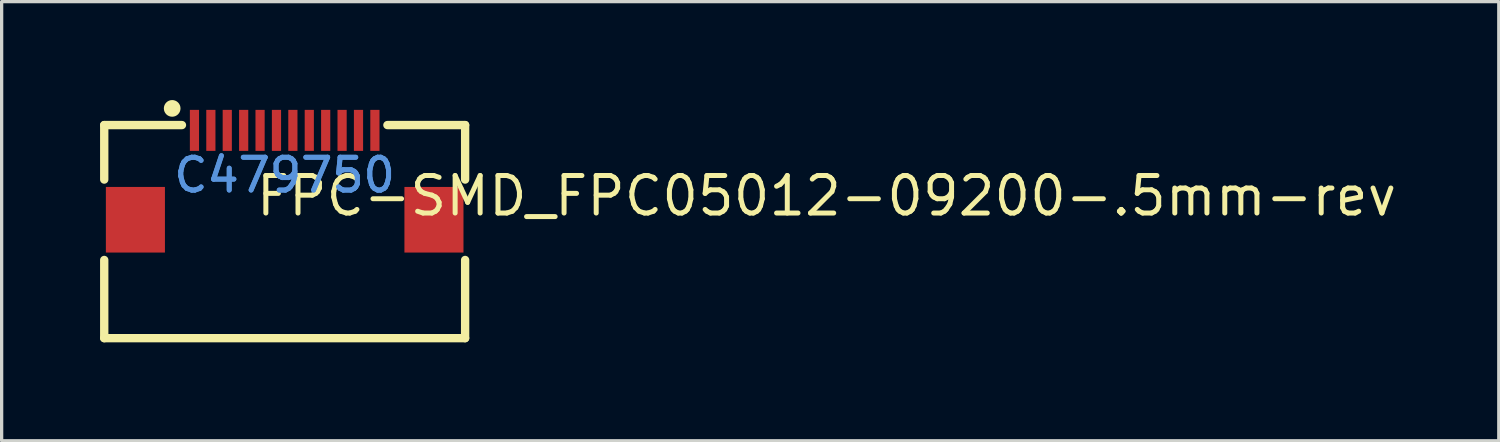
<source format=kicad_pcb>
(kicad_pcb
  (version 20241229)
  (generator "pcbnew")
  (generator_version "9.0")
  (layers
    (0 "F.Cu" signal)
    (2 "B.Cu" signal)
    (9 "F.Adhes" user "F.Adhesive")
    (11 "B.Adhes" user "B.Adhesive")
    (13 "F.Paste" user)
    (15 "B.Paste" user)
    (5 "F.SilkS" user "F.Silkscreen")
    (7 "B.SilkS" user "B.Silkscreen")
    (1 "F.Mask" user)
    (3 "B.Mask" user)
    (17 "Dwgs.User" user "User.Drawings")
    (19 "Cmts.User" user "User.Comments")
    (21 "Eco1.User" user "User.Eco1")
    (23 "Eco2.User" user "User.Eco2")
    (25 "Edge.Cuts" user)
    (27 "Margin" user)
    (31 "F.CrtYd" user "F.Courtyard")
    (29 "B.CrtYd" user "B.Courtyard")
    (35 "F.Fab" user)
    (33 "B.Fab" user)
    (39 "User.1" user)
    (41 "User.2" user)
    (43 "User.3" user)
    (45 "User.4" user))
  (footprint "FPC-SMD_FPC05012-09200-.5mm-rev"
    (layer "F.Cu")
    (at 5.627 2.286)
    (property "Reference" "FPC-SMD_FPC05012-09200-.5mm-rev" (at -0.946 0.636 0) (layer "F.SilkS") (effects (font (size 1.143 1.143) (thickness 0.152)) (justify left)))
    (attr smd)
    (fp_line (start -5.5 -1.524) (end -3.131 -1.524) (stroke (width 0.254) (type solid)) (layer "F.SilkS"))
    (fp_line (start -5.5 0.137) (end -5.5 -1.524) (stroke (width 0.254) (type solid)) (layer "F.SilkS"))
    (fp_line (start -5.5 4.971) (end -5.5 2.588) (stroke (width 0.254) (type solid)) (layer "F.SilkS"))
    (fp_line (start 5.5 -1.524) (end 3.131 -1.524) (stroke (width 0.254) (type solid)) (layer "F.SilkS"))
    (fp_line (start 5.5 0.137) (end 5.5 -1.524) (stroke (width 0.254) (type solid)) (layer "F.SilkS"))
    (fp_line (start 5.5 4.971) (end -5.5 4.971) (stroke (width 0.254) (type solid)) (layer "F.SilkS"))
    (fp_line (start 5.5 4.971) (end 5.5 2.588) (stroke (width 0.254) (type solid)) (layer "F.SilkS"))
    (fp_circle (center -3.429 -2.032) (end -3.302 -2.032) (stroke (width 0.254) (type solid)) (fill no) (layer "F.SilkS"))
    (fp_text user "C479750" (at 0 0.004 0) (layer "Cmts.User") (effects (font (size 1 1) (thickness 0.15))))
    (fp_text user "C479750" (at 0 0 0) (layer "Cmts.User") (effects (font (size 1 1) (thickness 0.15))))
    (pad "1" smd rect (at -2.75 -1.362) (size 0.28 1.25) (layers "F.Cu" "F.Mask" "F.Paste"))
    (pad "2" smd rect (at -2.25 -1.362) (size 0.28 1.25) (layers "F.Cu" "F.Mask" "F.Paste"))
    (pad "3" smd rect (at -1.75 -1.362) (size 0.28 1.25) (layers "F.Cu" "F.Mask" "F.Paste"))
    (pad "4" smd rect (at -1.25 -1.362) (size 0.28 1.25) (layers "F.Cu" "F.Mask" "F.Paste"))
    (pad "5" smd rect (at -0.75 -1.362) (size 0.28 1.25) (layers "F.Cu" "F.Mask" "F.Paste"))
    (pad "6" smd rect (at -0.25 -1.362) (size 0.28 1.25) (layers "F.Cu" "F.Mask" "F.Paste"))
    (pad "7" smd rect (at 0.25 -1.362) (size 0.28 1.25) (layers "F.Cu" "F.Mask" "F.Paste"))
    (pad "8" smd rect (at 0.75 -1.362) (size 0.28 1.25) (layers "F.Cu" "F.Mask" "F.Paste"))
    (pad "9" smd rect (at 1.25 -1.362) (size 0.28 1.25) (layers "F.Cu" "F.Mask" "F.Paste"))
    (pad "10" smd rect (at 1.75 -1.362) (size 0.28 1.25) (layers "F.Cu" "F.Mask" "F.Paste"))
    (pad "11" smd rect (at 2.25 -1.362) (size 0.28 1.25) (layers "F.Cu" "F.Mask" "F.Paste"))
    (pad "12" smd rect (at 2.75 -1.362) (size 0.28 1.25) (layers "F.Cu" "F.Mask" "F.Paste"))
    (pad "13" smd rect (at 4.55 1.362) (size 1.8 2) (layers "F.Cu" "F.Mask" "F.Paste"))
    (pad "14" smd rect (at -4.55 1.362) (size 1.8 2) (layers "F.Cu" "F.Mask" "F.Paste")))
  (gr_rect
    (start -3 -3)
    (end 42.633 10.384)
    (stroke (width 0.1) (type default))
    (fill no)
    (layer "Edge.Cuts")))
</source>
